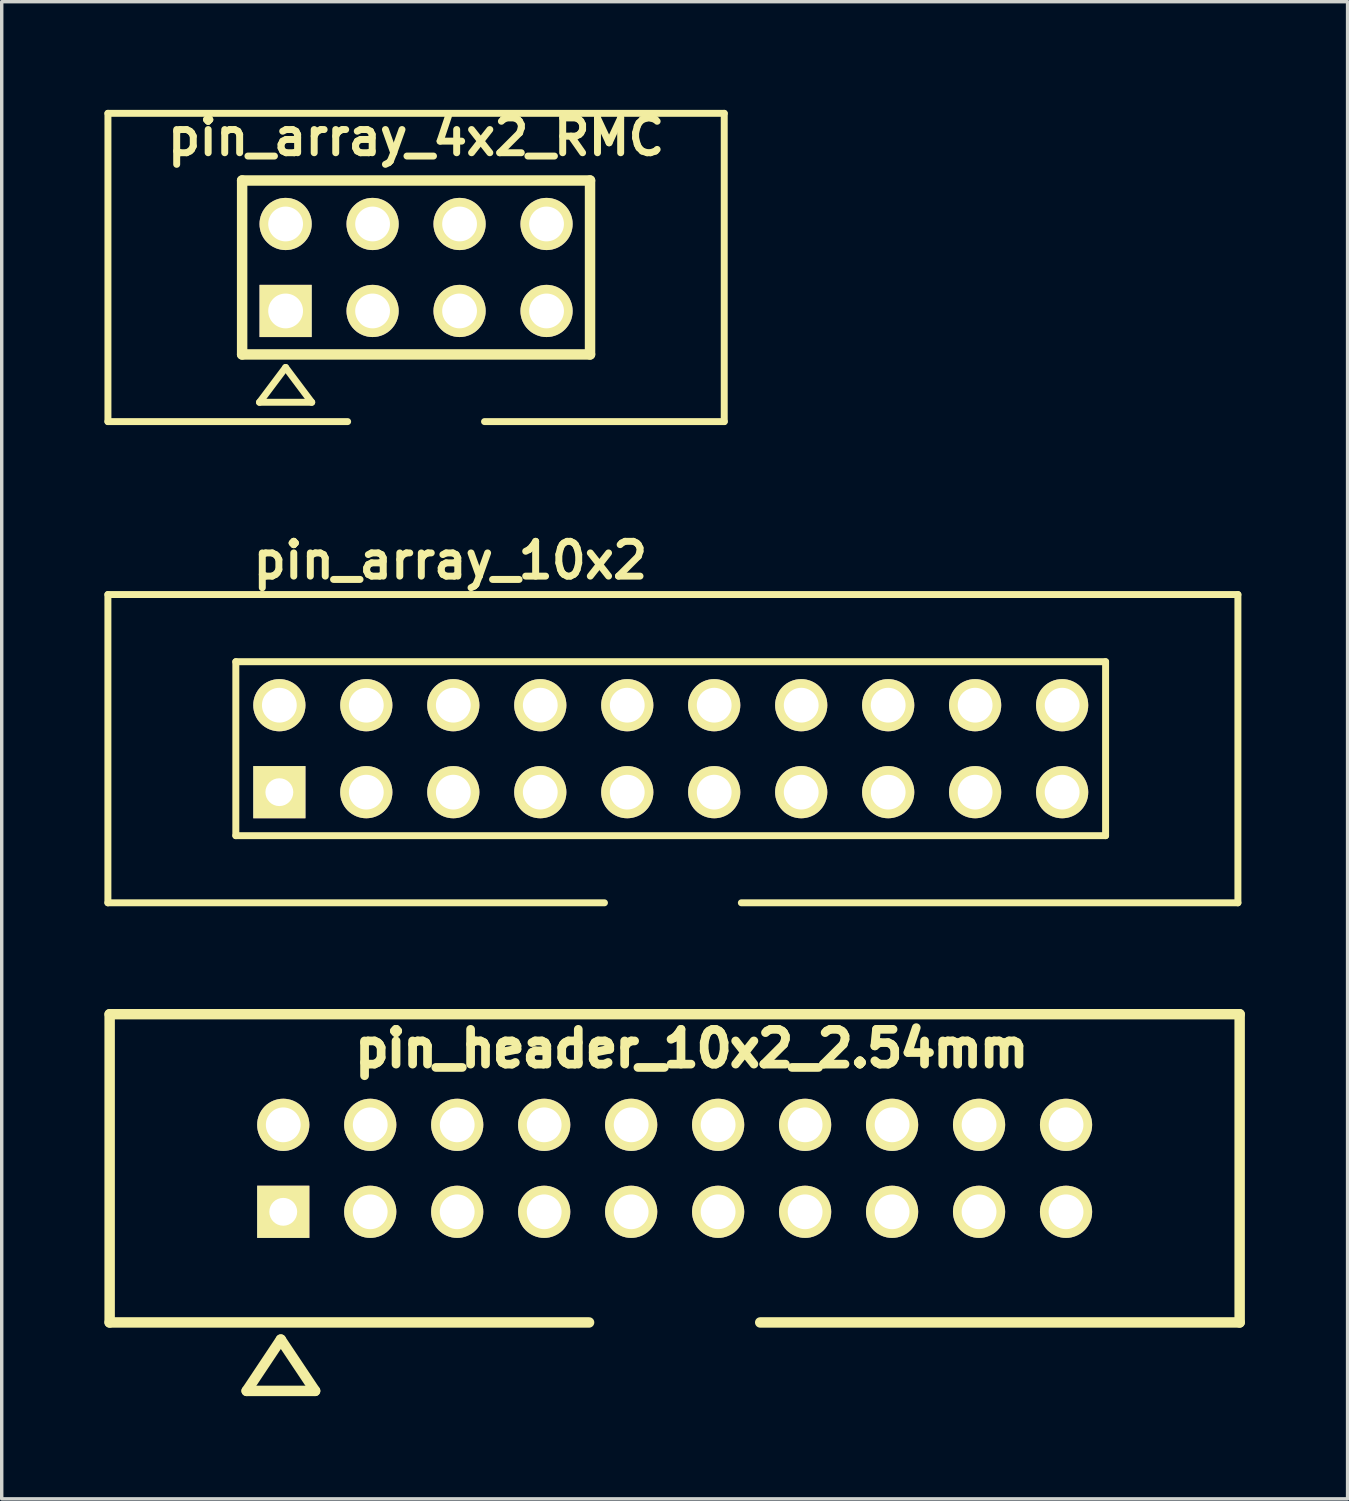
<source format=kicad_pcb>
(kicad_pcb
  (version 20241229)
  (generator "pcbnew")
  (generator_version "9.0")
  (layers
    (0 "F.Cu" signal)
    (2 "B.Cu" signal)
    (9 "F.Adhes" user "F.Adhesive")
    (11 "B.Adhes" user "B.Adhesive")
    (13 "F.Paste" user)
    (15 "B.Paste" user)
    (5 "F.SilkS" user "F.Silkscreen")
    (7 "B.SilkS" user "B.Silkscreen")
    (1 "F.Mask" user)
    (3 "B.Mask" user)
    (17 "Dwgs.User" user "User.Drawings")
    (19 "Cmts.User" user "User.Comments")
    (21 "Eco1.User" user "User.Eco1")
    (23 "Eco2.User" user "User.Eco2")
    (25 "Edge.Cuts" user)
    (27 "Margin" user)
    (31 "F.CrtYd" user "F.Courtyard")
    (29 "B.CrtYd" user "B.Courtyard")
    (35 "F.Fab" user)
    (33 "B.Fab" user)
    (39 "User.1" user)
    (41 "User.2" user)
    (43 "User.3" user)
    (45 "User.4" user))
  (footprint "pin_header_10x2_2.54mm"
    (layer "F.Cu")
    (at 16.652 31.069)
    (property "Reference" "pin_header_10x2_2.54mm" (at 0.5 -3.5 0) (layer "F.SilkS") (effects (font (size 1.016 1.016) (thickness 0.254))))
    (attr through_hole)
    (fp_line (start -16.5 -4.501) (end 16.5 -4.501) (stroke (width 0.305) (type solid)) (layer "F.SilkS"))
    (fp_line (start -16.5 4.501) (end -16.5 -4.498) (stroke (width 0.305) (type solid)) (layer "F.SilkS"))
    (fp_line (start -16.5 4.501) (end -2.499 4.501) (stroke (width 0.305) (type solid)) (layer "F.SilkS"))
    (fp_line (start -12.499 6.5) (end -10.5 6.5) (stroke (width 0.305) (type solid)) (layer "F.SilkS"))
    (fp_line (start -11.501 5.001) (end -12.499 6.5) (stroke (width 0.305) (type solid)) (layer "F.SilkS"))
    (fp_line (start -10.5 6.5) (end -11.501 5.001) (stroke (width 0.305) (type solid)) (layer "F.SilkS"))
    (fp_line (start 16.5 -4.498) (end 16.5 4.501) (stroke (width 0.305) (type solid)) (layer "F.SilkS"))
    (fp_line (start 16.5 4.501) (end 2.499 4.501) (stroke (width 0.305) (type solid)) (layer "F.SilkS"))
    (pad "1" thru_hole rect (at -11.43 1.27) (size 1.524 1.524) (drill 0.813) (layers "*.Cu" "*.Mask" "F.SilkS"))
    (pad "2" thru_hole circle (at -11.43 -1.27) (size 1.524 1.524) (drill 1.016) (layers "*.Cu" "*.Mask" "F.SilkS"))
    (pad "3" thru_hole circle (at -8.89 1.27) (size 1.524 1.524) (drill 1.016) (layers "*.Cu" "*.Mask" "F.SilkS"))
    (pad "4" thru_hole circle (at -8.89 -1.27) (size 1.524 1.524) (drill 1.016) (layers "*.Cu" "*.Mask" "F.SilkS"))
    (pad "5" thru_hole circle (at -6.35 1.27) (size 1.524 1.524) (drill 1.016) (layers "*.Cu" "*.Mask" "F.SilkS"))
    (pad "6" thru_hole circle (at -6.35 -1.27) (size 1.524 1.524) (drill 1.016) (layers "*.Cu" "*.Mask" "F.SilkS"))
    (pad "7" thru_hole circle (at -3.81 1.27) (size 1.524 1.524) (drill 1.016) (layers "*.Cu" "*.Mask" "F.SilkS"))
    (pad "8" thru_hole circle (at -3.81 -1.27) (size 1.524 1.524) (drill 1.016) (layers "*.Cu" "*.Mask" "F.SilkS"))
    (pad "9" thru_hole circle (at -1.27 1.27) (size 1.524 1.524) (drill 1.016) (layers "*.Cu" "*.Mask" "F.SilkS"))
    (pad "10" thru_hole circle (at -1.27 -1.27) (size 1.524 1.524) (drill 1.016) (layers "*.Cu" "*.Mask" "F.SilkS"))
    (pad "11" thru_hole circle (at 1.27 1.27) (size 1.524 1.524) (drill 1.016) (layers "*.Cu" "*.Mask" "F.SilkS"))
    (pad "12" thru_hole circle (at 1.27 -1.27) (size 1.524 1.524) (drill 1.016) (layers "*.Cu" "*.Mask" "F.SilkS"))
    (pad "13" thru_hole circle (at 3.81 1.27) (size 1.524 1.524) (drill 1.016) (layers "*.Cu" "*.Mask" "F.SilkS"))
    (pad "14" thru_hole circle (at 3.81 -1.27) (size 1.524 1.524) (drill 1.016) (layers "*.Cu" "*.Mask" "F.SilkS"))
    (pad "15" thru_hole circle (at 6.35 1.27) (size 1.524 1.524) (drill 1.016) (layers "*.Cu" "*.Mask" "F.SilkS"))
    (pad "16" thru_hole circle (at 6.35 -1.27) (size 1.524 1.524) (drill 1.016) (layers "*.Cu" "*.Mask" "F.SilkS"))
    (pad "17" thru_hole circle (at 8.89 1.27) (size 1.524 1.524) (drill 1.016) (layers "*.Cu" "*.Mask" "F.SilkS"))
    (pad "18" thru_hole circle (at 8.89 -1.27) (size 1.524 1.524) (drill 1.016) (layers "*.Cu" "*.Mask" "F.SilkS"))
    (pad "19" thru_hole circle (at 11.43 1.27) (size 1.524 1.524) (drill 1.016) (layers "*.Cu" "*.Mask" "F.SilkS"))
    (pad "20" thru_hole circle (at 11.43 -1.27) (size 1.524 1.524) (drill 1.016) (layers "*.Cu" "*.Mask" "F.SilkS")))
  (footprint "pin_array_4x2_RMC"
    (layer "F.Cu")
    (at 9.101 4.761)
    (property "Reference" "pin_array_4x2_RMC" (at 0 -3.81 0) (layer "F.SilkS") (effects (font (size 1.016 1.016) (thickness 0.203))))
    (attr through_hole)
    (fp_line (start -8.999 -4.501) (end 8.999 -4.501) (stroke (width 0.203) (type solid)) (layer "F.SilkS"))
    (fp_line (start -8.999 4.501) (end -8.999 -4.501) (stroke (width 0.203) (type solid)) (layer "F.SilkS"))
    (fp_line (start -5.08 -2.54) (end 5.08 -2.54) (stroke (width 0.305) (type solid)) (layer "F.SilkS"))
    (fp_line (start -5.08 2.54) (end -5.08 -2.54) (stroke (width 0.305) (type solid)) (layer "F.SilkS"))
    (fp_line (start -4.572 3.937) (end -3.048 3.937) (stroke (width 0.203) (type solid)) (layer "F.SilkS"))
    (fp_line (start -3.81 2.921) (end -4.572 3.937) (stroke (width 0.203) (type solid)) (layer "F.SilkS"))
    (fp_line (start -3.048 3.937) (end -3.81 2.921) (stroke (width 0.203) (type solid)) (layer "F.SilkS"))
    (fp_line (start -1.999 4.501) (end -8.999 4.501) (stroke (width 0.203) (type solid)) (layer "F.SilkS"))
    (fp_line (start 5.08 -2.54) (end 5.08 2.54) (stroke (width 0.305) (type solid)) (layer "F.SilkS"))
    (fp_line (start 5.08 2.54) (end -5.08 2.54) (stroke (width 0.305) (type solid)) (layer "F.SilkS"))
    (fp_line (start 8.999 -4.501) (end 8.999 4.501) (stroke (width 0.203) (type solid)) (layer "F.SilkS"))
    (fp_line (start 8.999 4.501) (end 1.999 4.501) (stroke (width 0.203) (type solid)) (layer "F.SilkS"))
    (pad "1" thru_hole rect (at -3.81 1.27) (size 1.524 1.524) (drill 1.016) (layers "*.Cu" "*.Mask" "F.SilkS"))
    (pad "2" thru_hole circle (at -3.81 -1.27) (size 1.524 1.524) (drill 1.016) (layers "*.Cu" "*.Mask" "F.SilkS"))
    (pad "3" thru_hole circle (at -1.27 1.27) (size 1.524 1.524) (drill 1.016) (layers "*.Cu" "*.Mask" "F.SilkS"))
    (pad "4" thru_hole circle (at -1.27 -1.27) (size 1.524 1.524) (drill 1.016) (layers "*.Cu" "*.Mask" "F.SilkS"))
    (pad "5" thru_hole circle (at 1.27 1.27) (size 1.524 1.524) (drill 1.016) (layers "*.Cu" "*.Mask" "F.SilkS"))
    (pad "6" thru_hole circle (at 1.27 -1.27) (size 1.524 1.524) (drill 1.016) (layers "*.Cu" "*.Mask" "F.SilkS"))
    (pad "7" thru_hole circle (at 3.81 1.27) (size 1.524 1.524) (drill 1.016) (layers "*.Cu" "*.Mask" "F.SilkS"))
    (pad "8" thru_hole circle (at 3.81 -1.27) (size 1.524 1.524) (drill 1.016) (layers "*.Cu" "*.Mask" "F.SilkS")))
  (footprint "pin_array_10x2"
    (layer "F.Cu")
    (at 16.601 18.814)
    (property "Reference" "pin_array_10x2" (at -6.5 -5.499 0) (layer "F.SilkS") (effects (font (size 1.016 1.016) (thickness 0.203))))
    (attr through_hole)
    (fp_line (start -16.5 -4.501) (end -16.5 4.501) (stroke (width 0.203) (type solid)) (layer "F.SilkS"))
    (fp_line (start -16.5 -4.501) (end 16.5 -4.501) (stroke (width 0.203) (type solid)) (layer "F.SilkS"))
    (fp_line (start -12.764 -2.54) (end -12.764 2.54) (stroke (width 0.203) (type solid)) (layer "F.SilkS"))
    (fp_line (start -12.764 -2.54) (end 12.636 -2.54) (stroke (width 0.203) (type solid)) (layer "F.SilkS"))
    (fp_line (start -1.999 4.501) (end -16.5 4.501) (stroke (width 0.203) (type solid)) (layer "F.SilkS"))
    (fp_line (start 12.636 2.54) (end -12.764 2.54) (stroke (width 0.203) (type solid)) (layer "F.SilkS"))
    (fp_line (start 12.636 2.54) (end 12.636 -2.54) (stroke (width 0.203) (type solid)) (layer "F.SilkS"))
    (fp_line (start 16.5 -4.501) (end 16.5 4.501) (stroke (width 0.203) (type solid)) (layer "F.SilkS"))
    (fp_line (start 16.5 4.501) (end 1.999 4.501) (stroke (width 0.203) (type solid)) (layer "F.SilkS"))
    (pad "1" thru_hole rect (at -11.493 1.27) (size 1.524 1.524) (drill 0.813) (layers "*.Cu" "*.Mask" "F.SilkS"))
    (pad "2" thru_hole circle (at -11.493 -1.27) (size 1.524 1.524) (drill 1.016) (layers "*.Cu" "*.Mask" "F.SilkS"))
    (pad "3" thru_hole circle (at -8.954 1.27) (size 1.524 1.524) (drill 1.016) (layers "*.Cu" "*.Mask" "F.SilkS"))
    (pad "4" thru_hole circle (at -8.954 -1.27) (size 1.524 1.524) (drill 1.016) (layers "*.Cu" "*.Mask" "F.SilkS"))
    (pad "5" thru_hole circle (at -6.413 1.27) (size 1.524 1.524) (drill 1.016) (layers "*.Cu" "*.Mask" "F.SilkS"))
    (pad "6" thru_hole circle (at -6.413 -1.27) (size 1.524 1.524) (drill 1.016) (layers "*.Cu" "*.Mask" "F.SilkS"))
    (pad "7" thru_hole circle (at -3.873 1.27) (size 1.524 1.524) (drill 1.016) (layers "*.Cu" "*.Mask" "F.SilkS"))
    (pad "8" thru_hole circle (at -3.873 -1.27) (size 1.524 1.524) (drill 1.016) (layers "*.Cu" "*.Mask" "F.SilkS"))
    (pad "9" thru_hole circle (at -1.333 1.27) (size 1.524 1.524) (drill 1.016) (layers "*.Cu" "*.Mask" "F.SilkS"))
    (pad "10" thru_hole circle (at -1.333 -1.27) (size 1.524 1.524) (drill 1.016) (layers "*.Cu" "*.Mask" "F.SilkS"))
    (pad "11" thru_hole circle (at 1.206 1.27) (size 1.524 1.524) (drill 1.016) (layers "*.Cu" "*.Mask" "F.SilkS"))
    (pad "12" thru_hole circle (at 1.206 -1.27) (size 1.524 1.524) (drill 1.016) (layers "*.Cu" "*.Mask" "F.SilkS"))
    (pad "13" thru_hole circle (at 3.747 1.27) (size 1.524 1.524) (drill 1.016) (layers "*.Cu" "*.Mask" "F.SilkS"))
    (pad "14" thru_hole circle (at 3.747 -1.27) (size 1.524 1.524) (drill 1.016) (layers "*.Cu" "*.Mask" "F.SilkS"))
    (pad "15" thru_hole circle (at 6.287 1.27) (size 1.524 1.524) (drill 1.016) (layers "*.Cu" "*.Mask" "F.SilkS"))
    (pad "16" thru_hole circle (at 6.287 -1.27) (size 1.524 1.524) (drill 1.016) (layers "*.Cu" "*.Mask" "F.SilkS"))
    (pad "17" thru_hole circle (at 8.826 1.27) (size 1.524 1.524) (drill 1.016) (layers "*.Cu" "*.Mask" "F.SilkS"))
    (pad "18" thru_hole circle (at 8.826 -1.27) (size 1.524 1.524) (drill 1.016) (layers "*.Cu" "*.Mask" "F.SilkS"))
    (pad "19" thru_hole circle (at 11.367 1.27) (size 1.524 1.524) (drill 1.016) (layers "*.Cu" "*.Mask" "F.SilkS"))
    (pad "20" thru_hole circle (at 11.367 -1.27) (size 1.524 1.524) (drill 1.016) (layers "*.Cu" "*.Mask" "F.SilkS")))
  (gr_rect
    (start -3 -3)
    (end 36.304 40.722)
    (stroke (width 0.1) (type default))
    (fill no)
    (layer "Edge.Cuts")))
</source>
